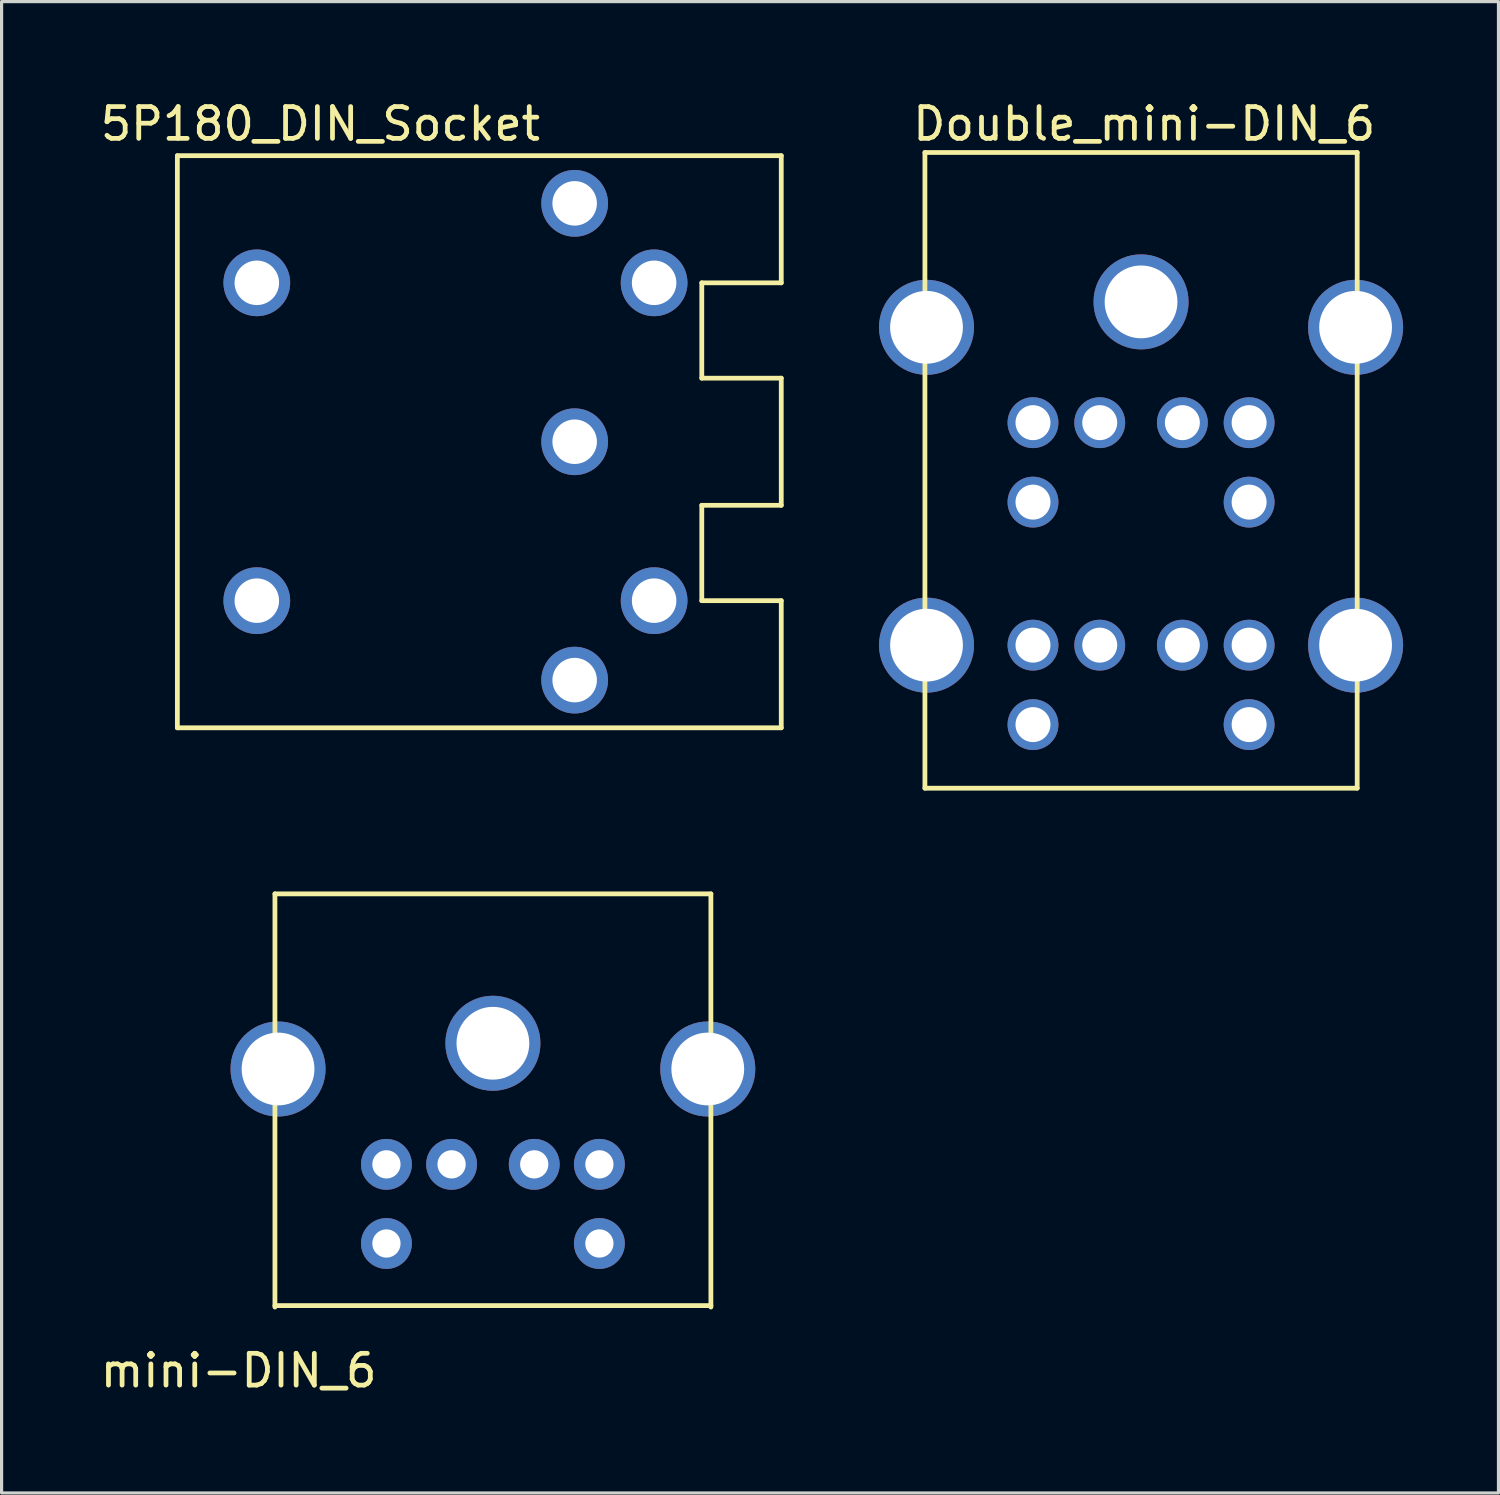
<source format=kicad_pcb>
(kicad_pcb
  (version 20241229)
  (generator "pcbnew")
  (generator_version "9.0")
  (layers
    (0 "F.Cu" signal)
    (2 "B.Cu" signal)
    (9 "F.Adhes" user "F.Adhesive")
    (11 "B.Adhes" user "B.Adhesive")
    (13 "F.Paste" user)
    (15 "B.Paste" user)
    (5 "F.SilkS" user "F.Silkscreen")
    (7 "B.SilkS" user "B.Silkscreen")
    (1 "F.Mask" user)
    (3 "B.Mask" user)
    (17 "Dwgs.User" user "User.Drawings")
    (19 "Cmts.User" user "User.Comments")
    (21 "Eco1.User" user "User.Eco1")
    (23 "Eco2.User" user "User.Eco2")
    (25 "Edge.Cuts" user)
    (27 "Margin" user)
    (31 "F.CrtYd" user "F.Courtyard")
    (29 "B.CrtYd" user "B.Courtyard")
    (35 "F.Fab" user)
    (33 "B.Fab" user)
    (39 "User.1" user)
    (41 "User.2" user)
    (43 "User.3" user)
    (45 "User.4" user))
  (footprint "Double_mini-DIN_6"
    (layer "F.Cu")
    (at 32.85 1.748)
    (property "Reference" "Double_mini-DIN_6" (at 0.1 -0.9 0) (layer "F.SilkS") (effects (font (size 1 1) (thickness 0.15))))
    (attr through_hole)
    (fp_line (start -6.8 0) (end -6.8 20) (stroke (width 0.15) (type solid)) (layer "F.SilkS"))
    (fp_line (start -6.8 20) (end 6.8 20) (stroke (width 0.15) (type solid)) (layer "F.SilkS"))
    (fp_line (start 6.8 0) (end -6.8 0) (stroke (width 0.15) (type solid)) (layer "F.SilkS"))
    (fp_line (start 6.8 20) (end 6.8 0) (stroke (width 0.15) (type solid)) (layer "F.SilkS"))
    (pad "1" thru_hole circle (at -1.3 8.5) (size 1.6 1.6) (drill 1.1) (layers "*.Cu" "*.Mask"))
    (pad "2" thru_hole circle (at 1.3 8.5) (size 1.6 1.6) (drill 1.1) (layers "*.Cu" "*.Mask"))
    (pad "3" thru_hole circle (at -3.4 8.5) (size 1.6 1.6) (drill 1.1) (layers "*.Cu" "*.Mask"))
    (pad "4" thru_hole circle (at 3.4 8.5) (size 1.6 1.6) (drill 1.1) (layers "*.Cu" "*.Mask"))
    (pad "5" thru_hole circle (at -3.4 11) (size 1.6 1.6) (drill 1.1) (layers "*.Cu" "*.Mask"))
    (pad "6" thru_hole circle (at 3.4 11) (size 1.6 1.6) (drill 1.1) (layers "*.Cu" "*.Mask"))
    (pad "7" thru_hole circle (at -1.3 15.5) (size 1.6 1.6) (drill 1.1) (layers "*.Cu" "*.Mask"))
    (pad "8" thru_hole circle (at 1.3 15.5) (size 1.6 1.6) (drill 1.1) (layers "*.Cu" "*.Mask"))
    (pad "9" thru_hole circle (at -3.4 15.5) (size 1.6 1.6) (drill 1.1) (layers "*.Cu" "*.Mask"))
    (pad "10" thru_hole circle (at 3.4 15.5) (size 1.6 1.6) (drill 1.1) (layers "*.Cu" "*.Mask"))
    (pad "11" thru_hole circle (at -3.4 18) (size 1.6 1.6) (drill 1.1) (layers "*.Cu" "*.Mask"))
    (pad "12" thru_hole circle (at 3.4 18) (size 1.6 1.6) (drill 1.1) (layers "*.Cu" "*.Mask"))
    (pad "13" thru_hole circle (at -6.75 5.5) (size 2.99 2.99) (drill 2.29) (layers "*.Cu" "*.Mask"))
    (pad "14" thru_hole circle (at 0 4.7) (size 2.99 2.99) (drill 2.29) (layers "*.Cu" "*.Mask"))
    (pad "15" thru_hole circle (at 6.75 5.5) (size 2.99 2.99) (drill 2.29) (layers "*.Cu" "*.Mask"))
    (pad "16" thru_hole circle (at -6.75 15.5) (size 2.99 2.99) (drill 2.29) (layers "*.Cu" "*.Mask"))
    (pad "17" thru_hole circle (at 6.75 15.5) (size 2.99 2.99) (drill 2.29) (layers "*.Cu" "*.Mask")))
  (footprint "5P180_DIN_Socket"
    (layer "F.Cu")
    (at 10.03 10.848)
    (property "Reference" "5P180_DIN_Socket" (at -3 -10 0) (layer "F.SilkS") (effects (font (size 1 1) (thickness 0.15))))
    (attr through_hole)
    (fp_line (start -7.5 -9) (end 11.5 -9) (stroke (width 0.15) (type solid)) (layer "F.SilkS"))
    (fp_line (start -7.5 9) (end -7.5 -9) (stroke (width 0.15) (type solid)) (layer "F.SilkS"))
    (fp_line (start 9 -5) (end 9 -2) (stroke (width 0.15) (type solid)) (layer "F.SilkS"))
    (fp_line (start 9 -2) (end 11.5 -2) (stroke (width 0.15) (type solid)) (layer "F.SilkS"))
    (fp_line (start 9 2) (end 9 5) (stroke (width 0.15) (type solid)) (layer "F.SilkS"))
    (fp_line (start 9 5) (end 11.5 5) (stroke (width 0.15) (type solid)) (layer "F.SilkS"))
    (fp_line (start 11.5 -9) (end 11.5 -5) (stroke (width 0.15) (type solid)) (layer "F.SilkS"))
    (fp_line (start 11.5 -5) (end 9 -5) (stroke (width 0.15) (type solid)) (layer "F.SilkS"))
    (fp_line (start 11.5 -2) (end 11.5 2) (stroke (width 0.15) (type solid)) (layer "F.SilkS"))
    (fp_line (start 11.5 2) (end 9 2) (stroke (width 0.15) (type solid)) (layer "F.SilkS"))
    (fp_line (start 11.5 5) (end 11.5 9) (stroke (width 0.15) (type solid)) (layer "F.SilkS"))
    (fp_line (start 11.5 9) (end -7.5 9) (stroke (width 0.15) (type solid)) (layer "F.SilkS"))
    (pad "1" thru_hole circle (at 5 7.5) (size 2.1 2.1) (drill 1.4) (layers "*.Cu" "*.Mask"))
    (pad "2" thru_hole circle (at 5 0) (size 2.1 2.1) (drill 1.4) (layers "*.Cu" "*.Mask"))
    (pad "3" thru_hole circle (at 5 -7.5) (size 2.1 2.1) (drill 1.4) (layers "*.Cu" "*.Mask"))
    (pad "4" thru_hole circle (at 7.5 5) (size 2.1 2.1) (drill 1.4) (layers "*.Cu" "*.Mask"))
    (pad "5" thru_hole circle (at 7.5 -5) (size 2.1 2.1) (drill 1.4) (layers "*.Cu" "*.Mask"))
    (pad "6" thru_hole circle (at -5 -5) (size 2.1 2.1) (drill 1.4) (layers "*.Cu" "*.Mask"))
    (pad "7" thru_hole circle (at -5 5) (size 2.1 2.1) (drill 1.4) (layers "*.Cu" "*.Mask")))
  (footprint "mini-DIN_6"
    (layer "F.Cu")
    (at 12.458 25.073)
    (property "Reference" "mini-DIN_6" (at -8 15 0) (layer "F.SilkS") (effects (font (size 1 1) (thickness 0.15))))
    (attr through_hole)
    (fp_line (start -6.858 0) (end -6.858 13) (stroke (width 0.15) (type solid)) (layer "F.SilkS"))
    (fp_line (start -6.858 12.954) (end 6.858 12.954) (stroke (width 0.15) (type solid)) (layer "F.SilkS"))
    (fp_line (start 6.858 0) (end -6.858 0) (stroke (width 0.15) (type solid)) (layer "F.SilkS"))
    (fp_line (start 6.858 13) (end 6.858 0) (stroke (width 0.15) (type solid)) (layer "F.SilkS"))
    (pad "1" thru_hole circle (at -1.3 8.51) (size 1.6 1.6) (drill 0.89) (layers "*.Cu" "*.Mask"))
    (pad "2" thru_hole circle (at 1.3 8.51) (size 1.6 1.6) (drill 0.89) (layers "*.Cu" "*.Mask"))
    (pad "3" thru_hole circle (at -3.35 8.51) (size 1.6 1.6) (drill 0.89) (layers "*.Cu" "*.Mask"))
    (pad "4" thru_hole circle (at 3.35 8.51) (size 1.6 1.6) (drill 0.89) (layers "*.Cu" "*.Mask"))
    (pad "5" thru_hole circle (at -3.35 11) (size 1.6 1.6) (drill 0.89) (layers "*.Cu" "*.Mask"))
    (pad "6" thru_hole circle (at 3.35 11) (size 1.6 1.6) (drill 0.89) (layers "*.Cu" "*.Mask"))
    (pad "7" thru_hole circle (at -6.76 5.51) (size 2.99 2.99) (drill 2.29) (layers "*.Cu" "*.Mask"))
    (pad "8" thru_hole circle (at 0 4.7) (size 2.99 2.99) (drill 2.29) (layers "*.Cu" "*.Mask"))
    (pad "9" thru_hole circle (at 6.76 5.51) (size 2.99 2.99) (drill 2.29) (layers "*.Cu" "*.Mask")))
  (gr_rect
    (start -3 -3)
    (end 44.095 43.922)
    (stroke (width 0.1) (type default))
    (fill no)
    (layer "Edge.Cuts")))
</source>
